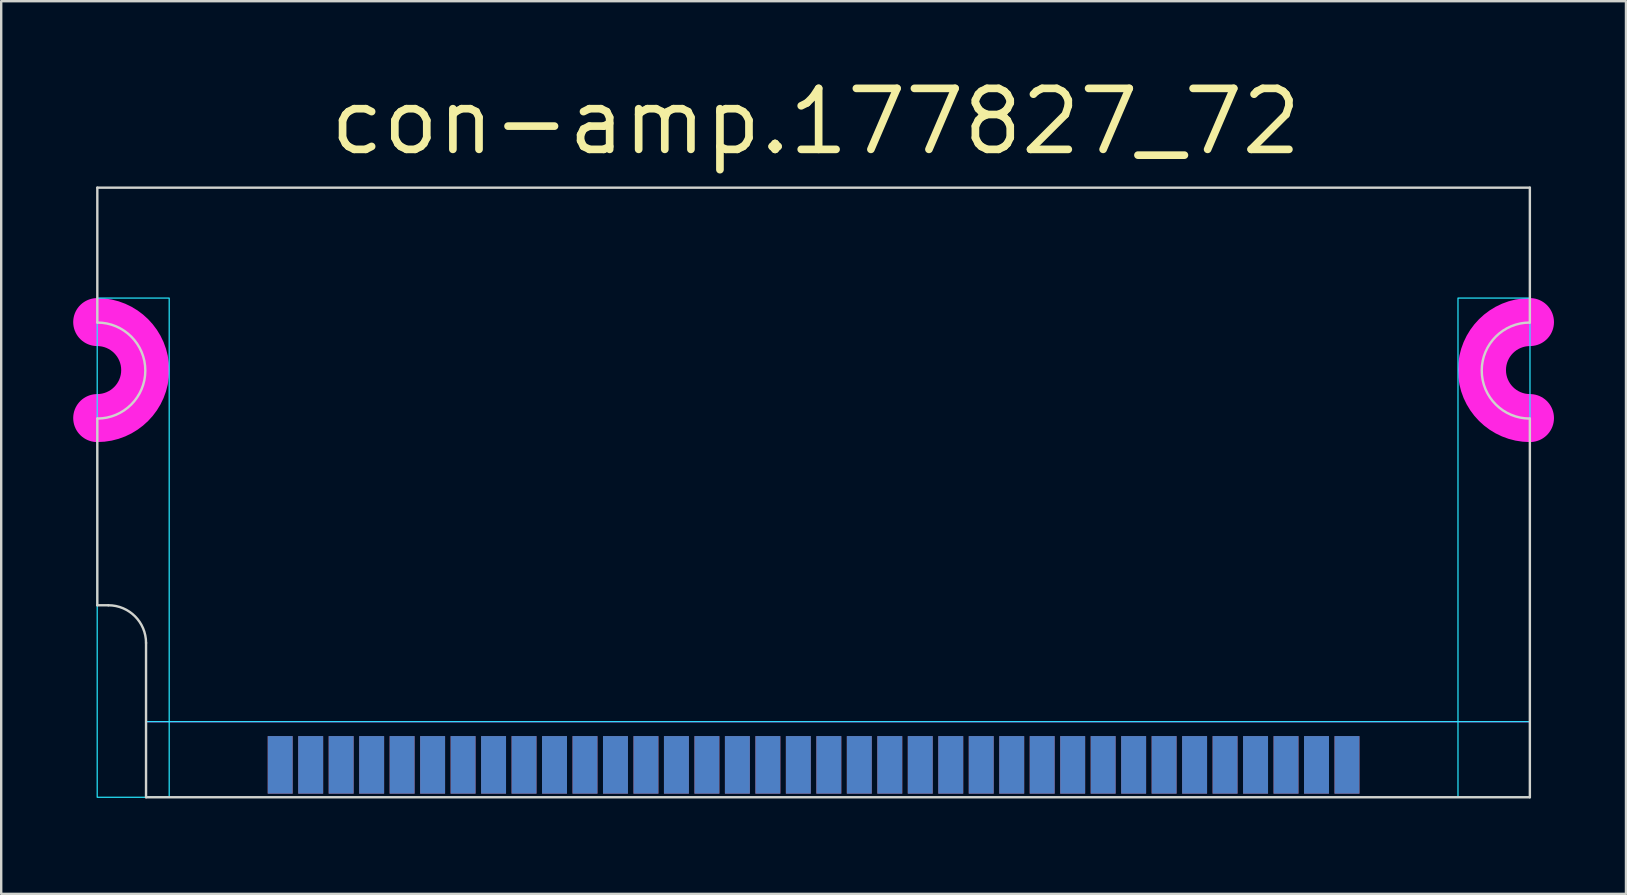
<source format=kicad_pcb>
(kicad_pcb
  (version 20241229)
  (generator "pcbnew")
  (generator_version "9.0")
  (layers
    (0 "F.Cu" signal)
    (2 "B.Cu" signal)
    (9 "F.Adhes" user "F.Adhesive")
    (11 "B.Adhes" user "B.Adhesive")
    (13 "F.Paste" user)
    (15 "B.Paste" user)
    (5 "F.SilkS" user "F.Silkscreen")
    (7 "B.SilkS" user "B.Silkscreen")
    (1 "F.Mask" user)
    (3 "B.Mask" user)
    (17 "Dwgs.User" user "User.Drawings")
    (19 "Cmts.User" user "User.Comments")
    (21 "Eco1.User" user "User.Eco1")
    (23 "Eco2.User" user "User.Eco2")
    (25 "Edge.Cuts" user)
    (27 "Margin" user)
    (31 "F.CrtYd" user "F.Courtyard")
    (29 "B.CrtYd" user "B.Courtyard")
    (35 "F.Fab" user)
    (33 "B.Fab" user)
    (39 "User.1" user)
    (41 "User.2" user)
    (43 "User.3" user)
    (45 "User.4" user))
  (footprint "con-amp.177827_72"
    (layer "F.Cu")
    (at 30.85 30.17)
    (property "Reference" "con-amp.177827_72" (at -20.32 -26.67 0) (layer "F.SilkS") (effects (font (size 2.54 2.54) (thickness 0.32)) (justify left bottom)))
    (attr smd)
    (fp_rect (start -22.9 1) (end 22.9 -2.7) (stroke (width 0.05) (type default)) (fill yes) (layer "F.Mask"))
    (fp_rect (start -22.9 1) (end 22.9 -2.7) (stroke (width 0.05) (type default)) (fill yes) (layer "B.Mask"))
    (fp_line (start -29.845 -25.4) (end 29.845 -25.4) (stroke (width 0.1) (type default)) (layer "Edge.Cuts"))
    (fp_line (start -29.845 -19.78) (end -29.845 -25.4) (stroke (width 0.1) (type default)) (layer "Edge.Cuts"))
    (fp_line (start -29.845 -8) (end -29.845 -15.78) (stroke (width 0.1) (type default)) (layer "Edge.Cuts"))
    (fp_line (start -29.845 -8) (end -29.385 -8) (stroke (width 0.1) (type default)) (layer "Edge.Cuts"))
    (fp_line (start -27.815 0) (end -27.815 -6.43) (stroke (width 0.1) (type default)) (layer "Edge.Cuts"))
    (fp_line (start -27.815 0) (end 29.845 0) (stroke (width 0.1) (type default)) (layer "Edge.Cuts"))
    (fp_line (start 29.845 -19.78) (end 29.845 -25.4) (stroke (width 0.1) (type default)) (layer "Edge.Cuts"))
    (fp_line (start 29.845 0) (end 29.845 -15.78) (stroke (width 0.1) (type default)) (layer "Edge.Cuts"))
    (fp_arc (start -29.845 -19.78) (mid -27.845 -17.78) (end -29.845 -15.78) (stroke (width 0.1) (type default)) (layer "Edge.Cuts"))
    (fp_arc (start -29.385 -8) (mid -28.274842 -7.540158) (end -27.815 -6.43) (stroke (width 0.1) (type default)) (layer "Edge.Cuts"))
    (fp_arc (start 29.84 -15.78) (mid 27.84 -17.78) (end 29.84 -19.78) (stroke (width 0.1) (type default)) (layer "Edge.Cuts"))
    (fp_rect (start -29.85 0) (end -26.85 -20.8) (stroke (width 0.05) (type default)) (fill no) (layer "B.CrtYd"))
    (fp_rect (start -27.8 0) (end 29.85 -3.15) (stroke (width 0.05) (type default)) (fill no) (layer "B.CrtYd"))
    (fp_rect (start 26.85 0) (end 29.85 -20.8) (stroke (width 0.05) (type default)) (fill no) (layer "B.CrtYd"))
    (fp_rect (start -27.81 0) (end 29.84 -3.15) (stroke (width 0.05) (type default)) (fill no) (layer "F.CrtYd"))
    (fp_arc (start -29.85 -19.8) (mid -27.85 -17.8) (end -29.85 -15.8) (stroke (width 2) (type default)) (layer "F.CrtYd"))
    (fp_arc (start 29.85 -15.8) (mid 27.85 -17.8) (end 29.85 -19.8) (stroke (width 2) (type default)) (layer "F.CrtYd"))
    (pad "1" smd roundrect (at -22.225 -1.35) (size 1.04 2.4) (layers "F.Cu" "F.Mask" "F.Paste") (roundrect_rratio 0.01))
    (pad "2" smd roundrect (at -22.225 -1.35) (size 1.04 2.4) (layers "B.Cu" "B.Mask" "B.Paste") (roundrect_rratio 0.01))
    (pad "3" smd roundrect (at -20.955 -1.35) (size 1.04 2.4) (layers "F.Cu" "F.Mask" "F.Paste") (roundrect_rratio 0.01))
    (pad "4" smd roundrect (at -20.955 -1.35) (size 1.04 2.4) (layers "B.Cu" "B.Mask" "B.Paste") (roundrect_rratio 0.01))
    (pad "5" smd roundrect (at -19.685 -1.35) (size 1.04 2.4) (layers "F.Cu" "F.Mask" "F.Paste") (roundrect_rratio 0.01))
    (pad "6" smd roundrect (at -19.685 -1.35) (size 1.04 2.4) (layers "B.Cu" "B.Mask" "B.Paste") (roundrect_rratio 0.01))
    (pad "7" smd roundrect (at -18.415 -1.35) (size 1.04 2.4) (layers "F.Cu" "F.Mask" "F.Paste") (roundrect_rratio 0.01))
    (pad "8" smd roundrect (at -18.415 -1.35) (size 1.04 2.4) (layers "B.Cu" "B.Mask" "B.Paste") (roundrect_rratio 0.01))
    (pad "9" smd roundrect (at -17.145 -1.35) (size 1.04 2.4) (layers "F.Cu" "F.Mask" "F.Paste") (roundrect_rratio 0.01))
    (pad "10" smd roundrect (at -17.145 -1.35) (size 1.04 2.4) (layers "B.Cu" "B.Mask" "B.Paste") (roundrect_rratio 0.01))
    (pad "11" smd roundrect (at -15.875 -1.35) (size 1.04 2.4) (layers "F.Cu" "F.Mask" "F.Paste") (roundrect_rratio 0.01))
    (pad "12" smd roundrect (at -15.875 -1.35) (size 1.04 2.4) (layers "B.Cu" "B.Mask" "B.Paste") (roundrect_rratio 0.01))
    (pad "13" smd roundrect (at -14.605 -1.35) (size 1.04 2.4) (layers "F.Cu" "F.Mask" "F.Paste") (roundrect_rratio 0.01))
    (pad "14" smd roundrect (at -14.605 -1.35) (size 1.04 2.4) (layers "B.Cu" "B.Mask" "B.Paste") (roundrect_rratio 0.01))
    (pad "15" smd roundrect (at -13.335 -1.35) (size 1.04 2.4) (layers "F.Cu" "F.Mask" "F.Paste") (roundrect_rratio 0.01))
    (pad "16" smd roundrect (at -13.335 -1.35) (size 1.04 2.4) (layers "B.Cu" "B.Mask" "B.Paste") (roundrect_rratio 0.01))
    (pad "17" smd roundrect (at -12.065 -1.35) (size 1.04 2.4) (layers "F.Cu" "F.Mask" "F.Paste") (roundrect_rratio 0.01))
    (pad "18" smd roundrect (at -12.065 -1.35) (size 1.04 2.4) (layers "B.Cu" "B.Mask" "B.Paste") (roundrect_rratio 0.01))
    (pad "19" smd roundrect (at -10.795 -1.35) (size 1.04 2.4) (layers "F.Cu" "F.Mask" "F.Paste") (roundrect_rratio 0.01))
    (pad "20" smd roundrect (at -10.795 -1.35) (size 1.04 2.4) (layers "B.Cu" "B.Mask" "B.Paste") (roundrect_rratio 0.01))
    (pad "21" smd roundrect (at -9.525 -1.35) (size 1.04 2.4) (layers "F.Cu" "F.Mask" "F.Paste") (roundrect_rratio 0.01))
    (pad "22" smd roundrect (at -9.525 -1.35) (size 1.04 2.4) (layers "B.Cu" "B.Mask" "B.Paste") (roundrect_rratio 0.01))
    (pad "23" smd roundrect (at -8.255 -1.35) (size 1.04 2.4) (layers "F.Cu" "F.Mask" "F.Paste") (roundrect_rratio 0.01))
    (pad "24" smd roundrect (at -8.255 -1.35) (size 1.04 2.4) (layers "B.Cu" "B.Mask" "B.Paste") (roundrect_rratio 0.01))
    (pad "25" smd roundrect (at -6.985 -1.35) (size 1.04 2.4) (layers "F.Cu" "F.Mask" "F.Paste") (roundrect_rratio 0.01))
    (pad "26" smd roundrect (at -6.985 -1.35) (size 1.04 2.4) (layers "B.Cu" "B.Mask" "B.Paste") (roundrect_rratio 0.01))
    (pad "27" smd roundrect (at -5.715 -1.35) (size 1.04 2.4) (layers "F.Cu" "F.Mask" "F.Paste") (roundrect_rratio 0.01))
    (pad "28" smd roundrect (at -5.715 -1.35) (size 1.04 2.4) (layers "B.Cu" "B.Mask" "B.Paste") (roundrect_rratio 0.01))
    (pad "29" smd roundrect (at -4.445 -1.35) (size 1.04 2.4) (layers "F.Cu" "F.Mask" "F.Paste") (roundrect_rratio 0.01))
    (pad "30" smd roundrect (at -4.445 -1.35) (size 1.04 2.4) (layers "B.Cu" "B.Mask" "B.Paste") (roundrect_rratio 0.01))
    (pad "31" smd roundrect (at -3.175 -1.35) (size 1.04 2.4) (layers "F.Cu" "F.Mask" "F.Paste") (roundrect_rratio 0.01))
    (pad "32" smd roundrect (at -3.175 -1.35) (size 1.04 2.4) (layers "B.Cu" "B.Mask" "B.Paste") (roundrect_rratio 0.01))
    (pad "33" smd roundrect (at -1.905 -1.35) (size 1.04 2.4) (layers "F.Cu" "F.Mask" "F.Paste") (roundrect_rratio 0.01))
    (pad "34" smd roundrect (at -1.905 -1.35) (size 1.04 2.4) (layers "B.Cu" "B.Mask" "B.Paste") (roundrect_rratio 0.01))
    (pad "35" smd roundrect (at -0.635 -1.35) (size 1.04 2.4) (layers "F.Cu" "F.Mask" "F.Paste") (roundrect_rratio 0.01))
    (pad "36" smd roundrect (at -0.635 -1.35) (size 1.04 2.4) (layers "B.Cu" "B.Mask" "B.Paste") (roundrect_rratio 0.01))
    (pad "37" smd roundrect (at 0.635 -1.35) (size 1.04 2.4) (layers "F.Cu" "F.Mask" "F.Paste") (roundrect_rratio 0.01))
    (pad "38" smd roundrect (at 0.635 -1.35) (size 1.04 2.4) (layers "B.Cu" "B.Mask" "B.Paste") (roundrect_rratio 0.01))
    (pad "39" smd roundrect (at 1.905 -1.35) (size 1.04 2.4) (layers "F.Cu" "F.Mask" "F.Paste") (roundrect_rratio 0.01))
    (pad "40" smd roundrect (at 1.905 -1.35) (size 1.04 2.4) (layers "B.Cu" "B.Mask" "B.Paste") (roundrect_rratio 0.01))
    (pad "41" smd roundrect (at 3.175 -1.35) (size 1.04 2.4) (layers "F.Cu" "F.Mask" "F.Paste") (roundrect_rratio 0.01))
    (pad "42" smd roundrect (at 3.175 -1.35) (size 1.04 2.4) (layers "B.Cu" "B.Mask" "B.Paste") (roundrect_rratio 0.01))
    (pad "43" smd roundrect (at 4.445 -1.35) (size 1.04 2.4) (layers "F.Cu" "F.Mask" "F.Paste") (roundrect_rratio 0.01))
    (pad "44" smd roundrect (at 4.445 -1.35) (size 1.04 2.4) (layers "B.Cu" "B.Mask" "B.Paste") (roundrect_rratio 0.01))
    (pad "45" smd roundrect (at 5.715 -1.35) (size 1.04 2.4) (layers "F.Cu" "F.Mask" "F.Paste") (roundrect_rratio 0.01))
    (pad "46" smd roundrect (at 5.715 -1.35) (size 1.04 2.4) (layers "B.Cu" "B.Mask" "B.Paste") (roundrect_rratio 0.01))
    (pad "47" smd roundrect (at 6.985 -1.35) (size 1.04 2.4) (layers "F.Cu" "F.Mask" "F.Paste") (roundrect_rratio 0.01))
    (pad "48" smd roundrect (at 6.985 -1.35) (size 1.04 2.4) (layers "B.Cu" "B.Mask" "B.Paste") (roundrect_rratio 0.01))
    (pad "49" smd roundrect (at 8.255 -1.35) (size 1.04 2.4) (layers "F.Cu" "F.Mask" "F.Paste") (roundrect_rratio 0.01))
    (pad "50" smd roundrect (at 8.255 -1.35) (size 1.04 2.4) (layers "B.Cu" "B.Mask" "B.Paste") (roundrect_rratio 0.01))
    (pad "51" smd roundrect (at 9.525 -1.35) (size 1.04 2.4) (layers "F.Cu" "F.Mask" "F.Paste") (roundrect_rratio 0.01))
    (pad "52" smd roundrect (at 9.525 -1.35) (size 1.04 2.4) (layers "B.Cu" "B.Mask" "B.Paste") (roundrect_rratio 0.01))
    (pad "53" smd roundrect (at 10.795 -1.35) (size 1.04 2.4) (layers "F.Cu" "F.Mask" "F.Paste") (roundrect_rratio 0.01))
    (pad "54" smd roundrect (at 10.795 -1.35) (size 1.04 2.4) (layers "B.Cu" "B.Mask" "B.Paste") (roundrect_rratio 0.01))
    (pad "55" smd roundrect (at 12.065 -1.35) (size 1.04 2.4) (layers "F.Cu" "F.Mask" "F.Paste") (roundrect_rratio 0.01))
    (pad "56" smd roundrect (at 12.065 -1.35) (size 1.04 2.4) (layers "B.Cu" "B.Mask" "B.Paste") (roundrect_rratio 0.01))
    (pad "57" smd roundrect (at 13.335 -1.35) (size 1.04 2.4) (layers "F.Cu" "F.Mask" "F.Paste") (roundrect_rratio 0.01))
    (pad "58" smd roundrect (at 13.335 -1.35) (size 1.04 2.4) (layers "B.Cu" "B.Mask" "B.Paste") (roundrect_rratio 0.01))
    (pad "59" smd roundrect (at 14.605 -1.35) (size 1.04 2.4) (layers "F.Cu" "F.Mask" "F.Paste") (roundrect_rratio 0.01))
    (pad "60" smd roundrect (at 14.605 -1.35) (size 1.04 2.4) (layers "B.Cu" "B.Mask" "B.Paste") (roundrect_rratio 0.01))
    (pad "61" smd roundrect (at 15.875 -1.35) (size 1.04 2.4) (layers "F.Cu" "F.Mask" "F.Paste") (roundrect_rratio 0.01))
    (pad "62" smd roundrect (at 15.875 -1.35) (size 1.04 2.4) (layers "B.Cu" "B.Mask" "B.Paste") (roundrect_rratio 0.01))
    (pad "63" smd roundrect (at 17.145 -1.35) (size 1.04 2.4) (layers "F.Cu" "F.Mask" "F.Paste") (roundrect_rratio 0.01))
    (pad "64" smd roundrect (at 17.145 -1.35) (size 1.04 2.4) (layers "B.Cu" "B.Mask" "B.Paste") (roundrect_rratio 0.01))
    (pad "65" smd roundrect (at 18.415 -1.35) (size 1.04 2.4) (layers "F.Cu" "F.Mask" "F.Paste") (roundrect_rratio 0.01))
    (pad "66" smd roundrect (at 18.415 -1.35) (size 1.04 2.4) (layers "B.Cu" "B.Mask" "B.Paste") (roundrect_rratio 0.01))
    (pad "67" smd roundrect (at 19.685 -1.35) (size 1.04 2.4) (layers "F.Cu" "F.Mask" "F.Paste") (roundrect_rratio 0.01))
    (pad "68" smd roundrect (at 19.685 -1.35) (size 1.04 2.4) (layers "B.Cu" "B.Mask" "B.Paste") (roundrect_rratio 0.01))
    (pad "69" smd roundrect (at 20.955 -1.35) (size 1.04 2.4) (layers "F.Cu" "F.Mask" "F.Paste") (roundrect_rratio 0.01))
    (pad "70" smd roundrect (at 20.955 -1.35) (size 1.04 2.4) (layers "B.Cu" "B.Mask" "B.Paste") (roundrect_rratio 0.01))
    (pad "71" smd roundrect (at 22.225 -1.35) (size 1.04 2.4) (layers "F.Cu" "F.Mask" "F.Paste") (roundrect_rratio 0.01))
    (pad "72" smd roundrect (at 22.225 -1.35) (size 1.04 2.4) (layers "B.Cu" "B.Mask" "B.Paste") (roundrect_rratio 0.01)))
  (gr_rect
    (start -3 -3)
    (end 64.7 34.195)
    (stroke (width 0.1) (type default))
    (fill no)
    (layer "Edge.Cuts")))
</source>
